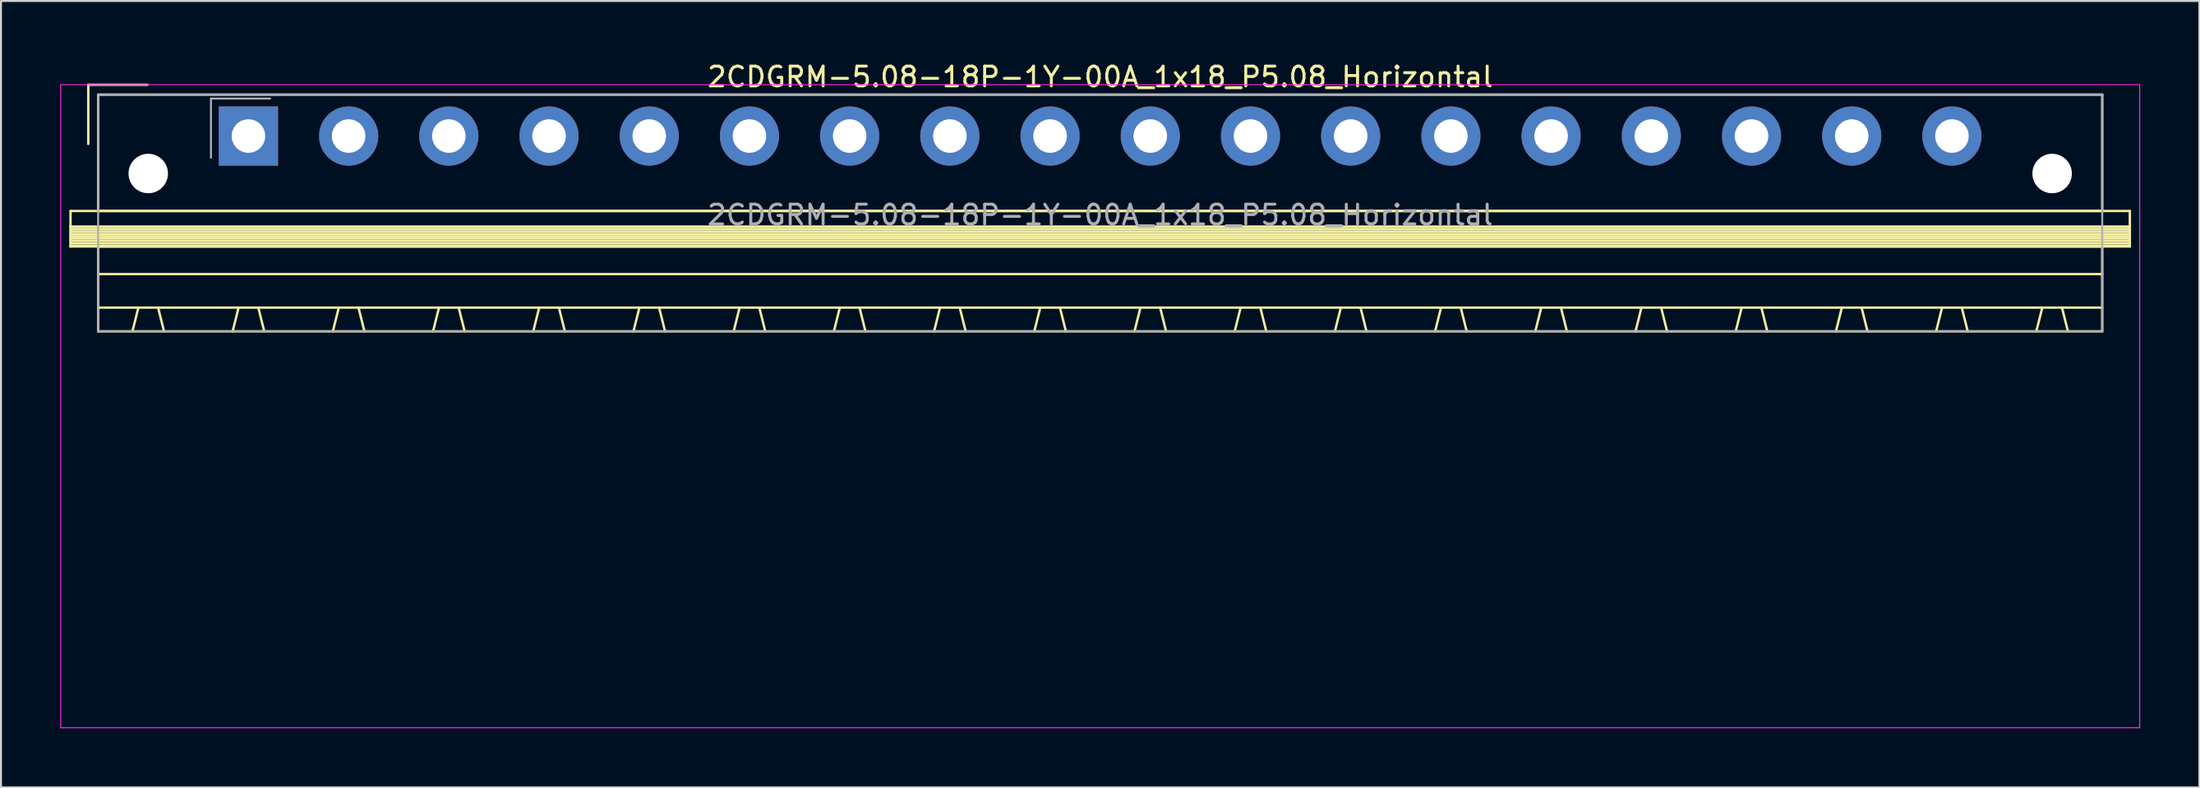
<source format=kicad_pcb>
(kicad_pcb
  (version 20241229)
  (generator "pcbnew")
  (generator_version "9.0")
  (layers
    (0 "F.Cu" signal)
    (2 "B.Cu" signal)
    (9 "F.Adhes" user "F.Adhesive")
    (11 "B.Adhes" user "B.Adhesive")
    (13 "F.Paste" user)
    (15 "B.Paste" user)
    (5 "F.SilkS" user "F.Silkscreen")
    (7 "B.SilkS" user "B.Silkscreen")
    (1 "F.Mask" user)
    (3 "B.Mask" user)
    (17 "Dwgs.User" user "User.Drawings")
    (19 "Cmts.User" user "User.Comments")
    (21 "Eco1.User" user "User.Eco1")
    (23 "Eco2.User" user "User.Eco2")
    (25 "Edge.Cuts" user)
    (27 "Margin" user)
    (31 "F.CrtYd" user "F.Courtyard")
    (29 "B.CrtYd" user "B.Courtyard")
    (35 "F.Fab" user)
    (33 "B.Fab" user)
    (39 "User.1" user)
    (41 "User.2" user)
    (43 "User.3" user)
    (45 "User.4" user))
  (footprint "2CDGRM-5.08-18P-1Y-00A_1x18_P5.08_Horizontal"
    (layer "F.Cu")
    (at 9.545 3.848)
    (property "Reference" "2CDGRM-5.08-18P-1Y-00A_1x18_P5.08_Horizontal" (at 43.18 -3 0) (layer "F.SilkS") (effects (font (size 1 1) (thickness 0.15))))
    (attr through_hole)
    (fp_line (start -9.02 3.8) (end -9.02 4.6) (stroke (width 0.12) (type solid)) (layer "F.SilkS"))
    (fp_line (start -9.02 4.6) (end -9.02 5.6) (stroke (width 0.12) (type solid)) (layer "F.SilkS"))
    (fp_line (start -9.02 4.6) (end 95.38 4.6) (stroke (width 0.12) (type solid)) (layer "F.SilkS"))
    (fp_line (start -9.02 4.72) (end 95.38 4.72) (stroke (width 0.12) (type solid)) (layer "F.SilkS"))
    (fp_line (start -9.02 4.84) (end 95.38 4.84) (stroke (width 0.12) (type solid)) (layer "F.SilkS"))
    (fp_line (start -9.02 4.96) (end 95.38 4.96) (stroke (width 0.12) (type solid)) (layer "F.SilkS"))
    (fp_line (start -9.02 5.08) (end 95.38 5.08) (stroke (width 0.12) (type solid)) (layer "F.SilkS"))
    (fp_line (start -9.02 5.2) (end 95.38 5.2) (stroke (width 0.12) (type solid)) (layer "F.SilkS"))
    (fp_line (start -9.02 5.32) (end 95.38 5.32) (stroke (width 0.12) (type solid)) (layer "F.SilkS"))
    (fp_line (start -9.02 5.44) (end 95.38 5.44) (stroke (width 0.12) (type solid)) (layer "F.SilkS"))
    (fp_line (start -9.02 5.56) (end 95.38 5.56) (stroke (width 0.12) (type solid)) (layer "F.SilkS"))
    (fp_line (start -9.02 5.6) (end 95.38 5.6) (stroke (width 0.12) (type solid)) (layer "F.SilkS"))
    (fp_line (start -8.12 -2.6) (end -8.12 0.4) (stroke (width 0.12) (type solid)) (layer "F.SilkS"))
    (fp_line (start -8.12 -2.6) (end -5.12 -2.6) (stroke (width 0.12) (type solid)) (layer "F.SilkS"))
    (fp_line (start -7.62 -2.1) (end -7.62 3.8) (stroke (width 0.12) (type solid)) (layer "F.SilkS"))
    (fp_line (start -7.62 3.8) (end 93.98 3.8) (stroke (width 0.12) (type solid)) (layer "F.SilkS"))
    (fp_line (start -7.62 5.6) (end -7.62 9.9) (stroke (width 0.12) (type solid)) (layer "F.SilkS"))
    (fp_line (start -7.62 7) (end 93.98 7) (stroke (width 0.12) (type solid)) (layer "F.SilkS"))
    (fp_line (start -7.62 8.7) (end 93.98 8.7) (stroke (width 0.12) (type solid)) (layer "F.SilkS"))
    (fp_line (start -7.62 9.9) (end 93.98 9.9) (stroke (width 0.12) (type solid)) (layer "F.SilkS"))
    (fp_line (start -5.58 8.7) (end -5.88 9.9) (stroke (width 0.12) (type solid)) (layer "F.SilkS"))
    (fp_line (start -4.58 8.7) (end -4.28 9.9) (stroke (width 0.12) (type solid)) (layer "F.SilkS"))
    (fp_line (start -0.5 8.7) (end -0.8 9.9) (stroke (width 0.12) (type solid)) (layer "F.SilkS"))
    (fp_line (start 0.5 8.7) (end 0.8 9.9) (stroke (width 0.12) (type solid)) (layer "F.SilkS"))
    (fp_line (start 4.58 8.7) (end 4.28 9.9) (stroke (width 0.12) (type solid)) (layer "F.SilkS"))
    (fp_line (start 5.58 8.7) (end 5.88 9.9) (stroke (width 0.12) (type solid)) (layer "F.SilkS"))
    (fp_line (start 9.66 8.7) (end 9.36 9.9) (stroke (width 0.12) (type solid)) (layer "F.SilkS"))
    (fp_line (start 10.66 8.7) (end 10.96 9.9) (stroke (width 0.12) (type solid)) (layer "F.SilkS"))
    (fp_line (start 14.74 8.7) (end 14.44 9.9) (stroke (width 0.12) (type solid)) (layer "F.SilkS"))
    (fp_line (start 15.74 8.7) (end 16.04 9.9) (stroke (width 0.12) (type solid)) (layer "F.SilkS"))
    (fp_line (start 19.82 8.7) (end 19.52 9.9) (stroke (width 0.12) (type solid)) (layer "F.SilkS"))
    (fp_line (start 20.82 8.7) (end 21.12 9.9) (stroke (width 0.12) (type solid)) (layer "F.SilkS"))
    (fp_line (start 24.9 8.7) (end 24.6 9.9) (stroke (width 0.12) (type solid)) (layer "F.SilkS"))
    (fp_line (start 25.9 8.7) (end 26.2 9.9) (stroke (width 0.12) (type solid)) (layer "F.SilkS"))
    (fp_line (start 29.98 8.7) (end 29.68 9.9) (stroke (width 0.12) (type solid)) (layer "F.SilkS"))
    (fp_line (start 30.98 8.7) (end 31.28 9.9) (stroke (width 0.12) (type solid)) (layer "F.SilkS"))
    (fp_line (start 35.06 8.7) (end 34.76 9.9) (stroke (width 0.12) (type solid)) (layer "F.SilkS"))
    (fp_line (start 36.06 8.7) (end 36.36 9.9) (stroke (width 0.12) (type solid)) (layer "F.SilkS"))
    (fp_line (start 40.14 8.7) (end 39.84 9.9) (stroke (width 0.12) (type solid)) (layer "F.SilkS"))
    (fp_line (start 41.14 8.7) (end 41.44 9.9) (stroke (width 0.12) (type solid)) (layer "F.SilkS"))
    (fp_line (start 45.22 8.7) (end 44.92 9.9) (stroke (width 0.12) (type solid)) (layer "F.SilkS"))
    (fp_line (start 46.22 8.7) (end 46.52 9.9) (stroke (width 0.12) (type solid)) (layer "F.SilkS"))
    (fp_line (start 50.3 8.7) (end 50 9.9) (stroke (width 0.12) (type solid)) (layer "F.SilkS"))
    (fp_line (start 51.3 8.7) (end 51.6 9.9) (stroke (width 0.12) (type solid)) (layer "F.SilkS"))
    (fp_line (start 55.38 8.7) (end 55.08 9.9) (stroke (width 0.12) (type solid)) (layer "F.SilkS"))
    (fp_line (start 56.38 8.7) (end 56.68 9.9) (stroke (width 0.12) (type solid)) (layer "F.SilkS"))
    (fp_line (start 60.46 8.7) (end 60.16 9.9) (stroke (width 0.12) (type solid)) (layer "F.SilkS"))
    (fp_line (start 61.46 8.7) (end 61.76 9.9) (stroke (width 0.12) (type solid)) (layer "F.SilkS"))
    (fp_line (start 65.54 8.7) (end 65.24 9.9) (stroke (width 0.12) (type solid)) (layer "F.SilkS"))
    (fp_line (start 66.54 8.7) (end 66.84 9.9) (stroke (width 0.12) (type solid)) (layer "F.SilkS"))
    (fp_line (start 70.62 8.7) (end 70.32 9.9) (stroke (width 0.12) (type solid)) (layer "F.SilkS"))
    (fp_line (start 71.62 8.7) (end 71.92 9.9) (stroke (width 0.12) (type solid)) (layer "F.SilkS"))
    (fp_line (start 75.7 8.7) (end 75.4 9.9) (stroke (width 0.12) (type solid)) (layer "F.SilkS"))
    (fp_line (start 76.7 8.7) (end 77 9.9) (stroke (width 0.12) (type solid)) (layer "F.SilkS"))
    (fp_line (start 80.78 8.7) (end 80.48 9.9) (stroke (width 0.12) (type solid)) (layer "F.SilkS"))
    (fp_line (start 81.78 8.7) (end 82.08 9.9) (stroke (width 0.12) (type solid)) (layer "F.SilkS"))
    (fp_line (start 85.86 8.7) (end 85.56 9.9) (stroke (width 0.12) (type solid)) (layer "F.SilkS"))
    (fp_line (start 86.86 8.7) (end 87.16 9.9) (stroke (width 0.12) (type solid)) (layer "F.SilkS"))
    (fp_line (start 90.94 8.7) (end 90.64 9.9) (stroke (width 0.12) (type solid)) (layer "F.SilkS"))
    (fp_line (start 91.94 8.7) (end 92.24 9.9) (stroke (width 0.12) (type solid)) (layer "F.SilkS"))
    (fp_line (start 93.98 -2.1) (end -7.62 -2.1) (stroke (width 0.12) (type solid)) (layer "F.SilkS"))
    (fp_line (start 93.98 3.8) (end 93.98 -2.1) (stroke (width 0.12) (type solid)) (layer "F.SilkS"))
    (fp_line (start 93.98 5.6) (end -7.62 5.6) (stroke (width 0.12) (type solid)) (layer "F.SilkS"))
    (fp_line (start 93.98 9.9) (end 93.98 5.6) (stroke (width 0.12) (type solid)) (layer "F.SilkS"))
    (fp_line (start 95.38 3.8) (end -9.02 3.8) (stroke (width 0.12) (type solid)) (layer "F.SilkS"))
    (fp_line (start 95.38 4.6) (end -9.02 4.6) (stroke (width 0.12) (type solid)) (layer "F.SilkS"))
    (fp_line (start 95.38 4.6) (end 95.38 3.8) (stroke (width 0.12) (type solid)) (layer "F.SilkS"))
    (fp_line (start 95.38 5.6) (end 95.38 4.6) (stroke (width 0.12) (type solid)) (layer "F.SilkS"))
    (fp_line (start -9.52 -2.6) (end -9.52 30) (stroke (width 0.05) (type solid)) (layer "F.CrtYd"))
    (fp_line (start -9.52 30) (end 95.88 30) (stroke (width 0.05) (type solid)) (layer "F.CrtYd"))
    (fp_line (start 95.88 -2.6) (end -9.52 -2.6) (stroke (width 0.05) (type solid)) (layer "F.CrtYd"))
    (fp_line (start 95.88 30) (end 95.88 -2.6) (stroke (width 0.05) (type solid)) (layer "F.CrtYd"))
    (fp_line (start -7.62 -2.1) (end -7.62 9.9) (stroke (width 0.1) (type solid)) (layer "F.Fab"))
    (fp_line (start -7.62 9.9) (end 93.98 9.9) (stroke (width 0.1) (type solid)) (layer "F.Fab"))
    (fp_line (start -1.9 -1.9) (end -1.9 1.1) (stroke (width 0.1) (type solid)) (layer "F.Fab"))
    (fp_line (start -1.9 -1.9) (end 1.1 -1.9) (stroke (width 0.1) (type solid)) (layer "F.Fab"))
    (fp_line (start 93.98 -2.1) (end -7.62 -2.1) (stroke (width 0.1) (type solid)) (layer "F.Fab"))
    (fp_line (start 93.98 9.9) (end 93.98 -2.1) (stroke (width 0.1) (type solid)) (layer "F.Fab"))
    (fp_text user "${REFERENCE}" (at 43.18 4 0) (layer "F.Fab") (effects (font (size 1 1) (thickness 0.15))))
    (pad "" np_thru_hole circle (at -5.08 1.9) (size 2 2) (drill 2) (layers "*.Cu" "*.Mask"))
    (pad "" np_thru_hole circle (at 91.44 1.9) (size 2 2) (drill 2) (layers "*.Cu" "*.Mask"))
    (pad "1" thru_hole rect (at 0 0) (size 3 3) (drill 1.7) (layers "*.Cu" "*.Mask"))
    (pad "2" thru_hole circle (at 5.08 0) (size 3 3) (drill 1.7) (layers "*.Cu" "*.Mask"))
    (pad "3" thru_hole circle (at 10.16 0) (size 3 3) (drill 1.7) (layers "*.Cu" "*.Mask"))
    (pad "4" thru_hole circle (at 15.24 0) (size 3 3) (drill 1.7) (layers "*.Cu" "*.Mask"))
    (pad "5" thru_hole circle (at 20.32 0) (size 3 3) (drill 1.7) (layers "*.Cu" "*.Mask"))
    (pad "6" thru_hole circle (at 25.4 0) (size 3 3) (drill 1.7) (layers "*.Cu" "*.Mask"))
    (pad "7" thru_hole circle (at 30.48 0) (size 3 3) (drill 1.7) (layers "*.Cu" "*.Mask"))
    (pad "8" thru_hole circle (at 35.56 0) (size 3 3) (drill 1.7) (layers "*.Cu" "*.Mask"))
    (pad "9" thru_hole circle (at 40.64 0) (size 3 3) (drill 1.7) (layers "*.Cu" "*.Mask"))
    (pad "10" thru_hole circle (at 45.72 0) (size 3 3) (drill 1.7) (layers "*.Cu" "*.Mask"))
    (pad "11" thru_hole circle (at 50.8 0) (size 3 3) (drill 1.7) (layers "*.Cu" "*.Mask"))
    (pad "12" thru_hole circle (at 55.88 0) (size 3 3) (drill 1.7) (layers "*.Cu" "*.Mask"))
    (pad "13" thru_hole circle (at 60.96 0) (size 3 3) (drill 1.7) (layers "*.Cu" "*.Mask"))
    (pad "14" thru_hole circle (at 66.04 0) (size 3 3) (drill 1.7) (layers "*.Cu" "*.Mask"))
    (pad "15" thru_hole circle (at 71.12 0) (size 3 3) (drill 1.7) (layers "*.Cu" "*.Mask"))
    (pad "16" thru_hole circle (at 76.2 0) (size 3 3) (drill 1.7) (layers "*.Cu" "*.Mask"))
    (pad "17" thru_hole circle (at 81.28 0) (size 3 3) (drill 1.7) (layers "*.Cu" "*.Mask"))
    (pad "18" thru_hole circle (at 86.36 0) (size 3 3) (drill 1.7) (layers "*.Cu" "*.Mask")))
  (gr_rect
    (start -3 -3)
    (end 108.45 36.873)
    (stroke (width 0.1) (type default))
    (fill no)
    (layer "Edge.Cuts")))
</source>
